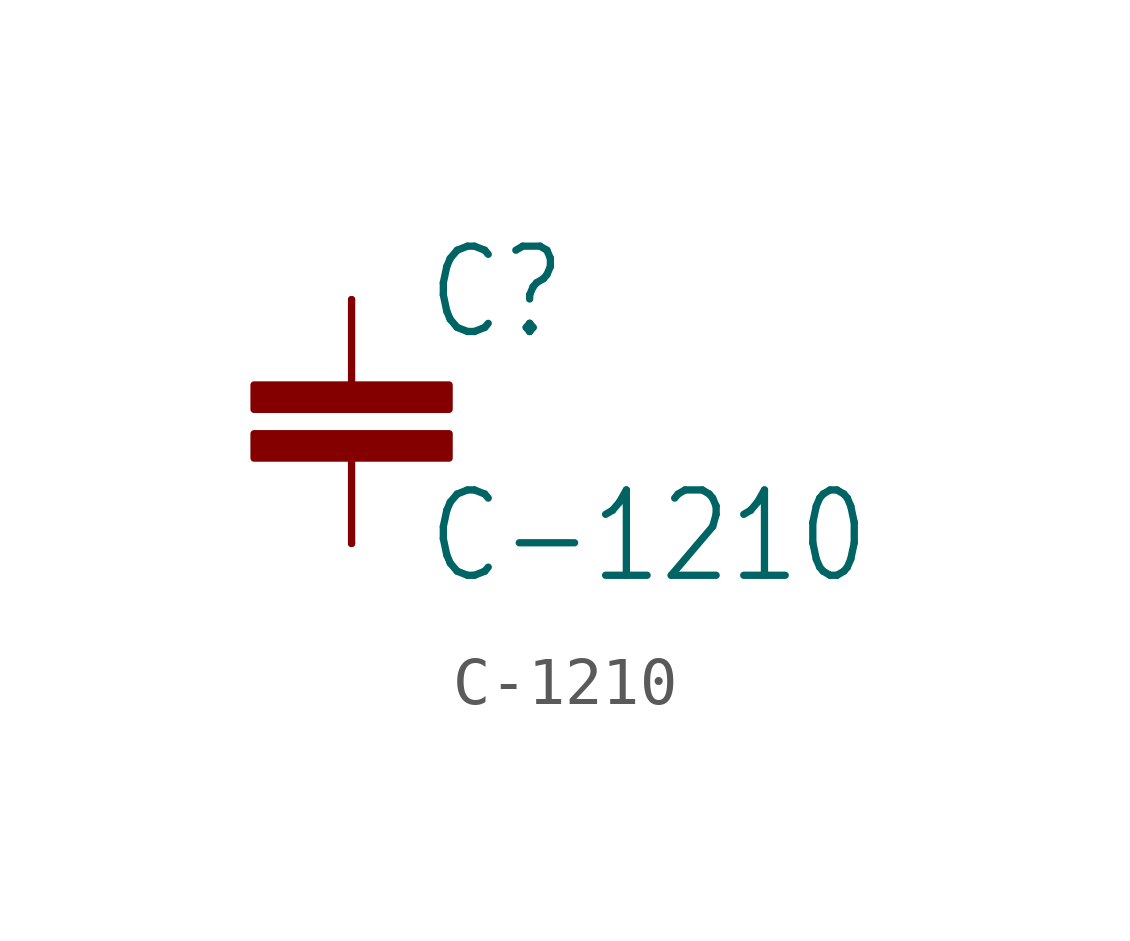
<source format=kicad_sym>
(kicad_symbol_lib
  (version 20211014)
  (generator kicad_symbol_editor)
  (symbol "C-1210"
    (property "Reference" "C"
      (at 1.524 1.651 0)
      (effects (font (size 1.778 1.511)) (justify left bottom)))
    (property "Value" "C-1210"
      (at 1.524 -3.429 0)
      (effects (font (size 1.778 1.511)) (justify left bottom)))
    (property "ki_locked" ""
      (at 0 0 0)
      (effects (font (size 1.27 1.27))))
    (symbol "C-1210_1_0"
      (rectangle (start -2.032 -0.762) (end 2.032 -0.254) (stroke (width 0) (type default) (color 0 0 0 0)) (fill (type outline)))
      (rectangle (start -2.032 0.254) (end 2.032 0.762) (stroke (width 0) (type default) (color 0 0 0 0)) (fill (type outline)))
      (polyline (pts (xy 0 -2.54) (xy 0 -0.762)) (stroke (width 0.152) (type default) (color 0 0 0 0)) (fill (type none)))
      (polyline (pts (xy 0 2.54) (xy 0 0.762)) (stroke (width 0.152) (type default) (color 0 0 0 0)) (fill (type none)))
      (pin passive line (at 0 2.54 270) (length 0) (name "1" (effects (font (size 0 0)))) (number "1" (effects (font (size 0 0)))))
      (pin passive line (at 0 -2.54 90) (length 0) (name "2" (effects (font (size 0 0)))) (number "2" (effects (font (size 0 0))))))))
</source>
